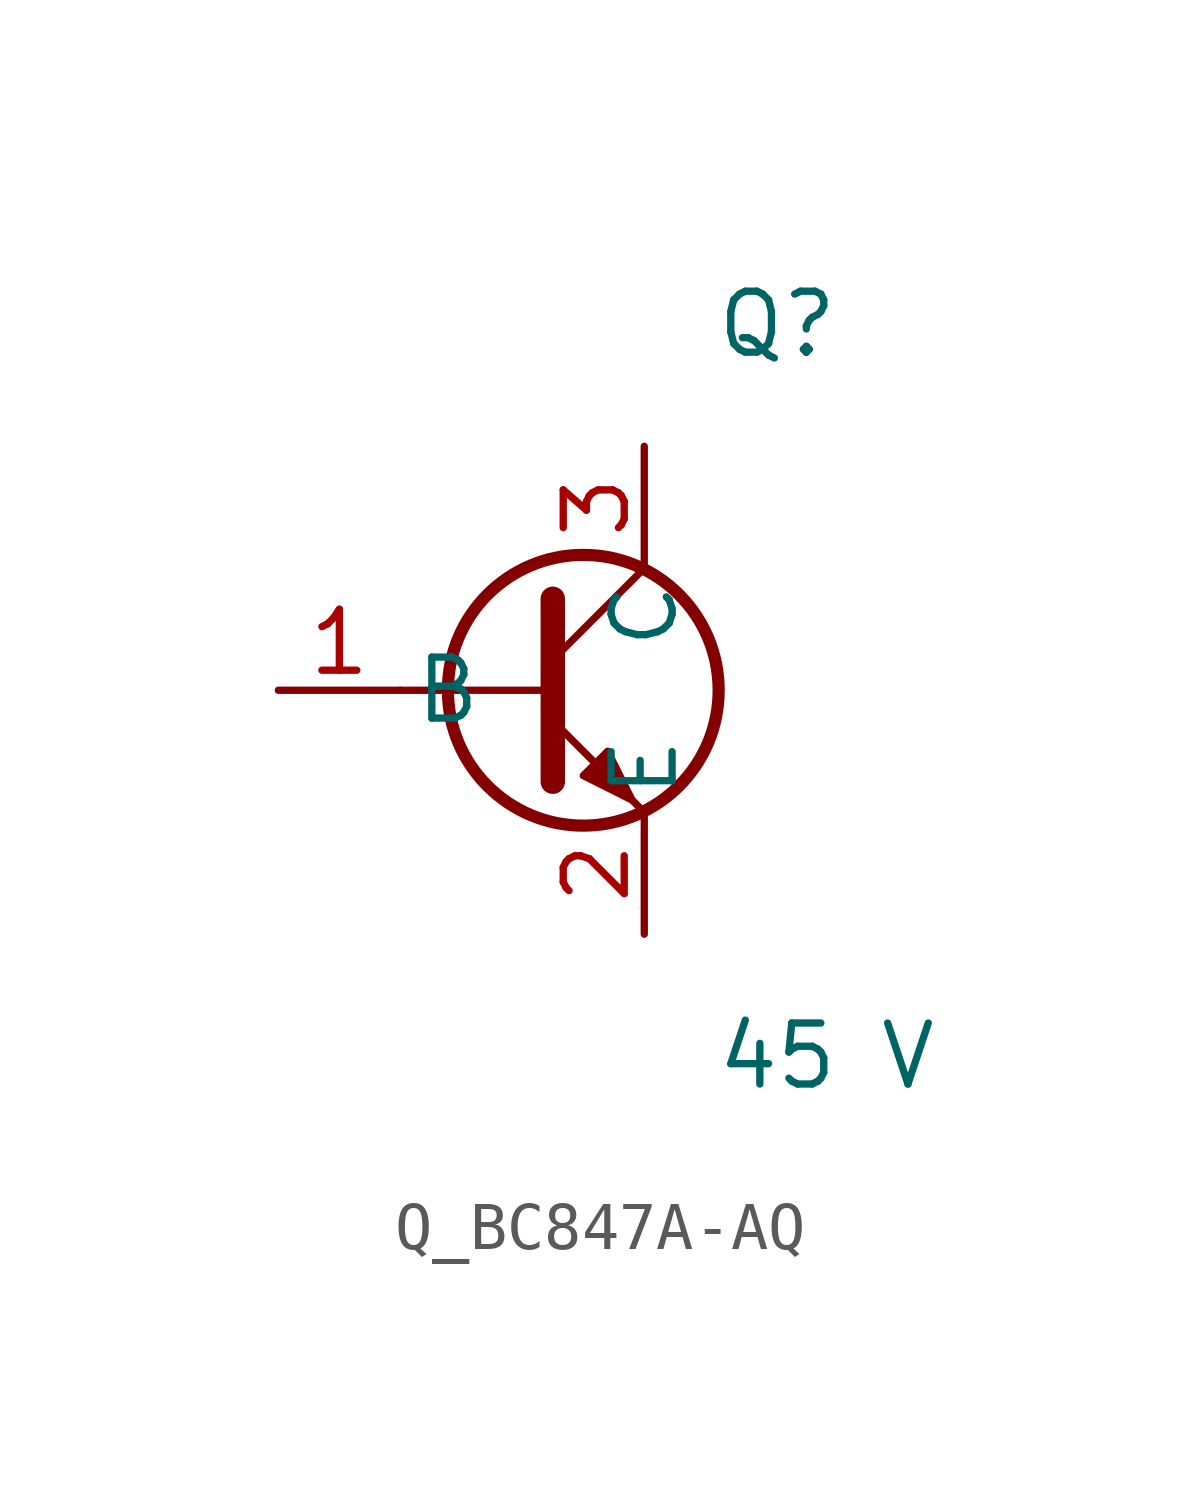
<source format=kicad_sym>
(kicad_symbol_lib
  (version 20231120)
  (generator kicad_symbol_editor)
  (generator_version 8.0)
  (symbol "Q_BC847A-AQ"
    (pin_names
      (offset 0.254))
    (property "Reference" "Q"
      (at 4 7.62 0)
      (effects (font (size 1.27 1.27)) (justify left)))
    (property "Value" "45 V"
      (at 4 -7.62 0)
      (effects (font (size 1.27 1.27)) (justify left)))
    (symbol "Q_BC847A-AQ_1_0"
      (polyline (pts (xy -2.54 0) (xy 0.635 0)) (stroke (width 0) (type default)) (fill (type none)))
      (polyline (pts (xy 0.635 1.905) (xy 0.635 -1.905)) (stroke (width 0.508) (type default)) (fill (type none)))
      (polyline (pts (xy 0.635 0.635) (xy 2.54 2.54)) (stroke (width 0) (type default)) (fill (type none)))
      (polyline (pts (xy 0.635 -0.635) (xy 2.54 -2.54)) (stroke (width 0) (type default)) (fill (type none)))
      (circle (center 1.27 0) (radius 2.819) (stroke (width 0.254) (type default)) (fill (type none)))
      (polyline (pts (xy 1.27 -1.778) (xy 1.778 -1.27) (xy 2.286 -2.286) (xy 1.27 -1.778)) (stroke (width 0) (type default)) (fill (type outline)))
      (pin unspecified line (at -5.08 0 0) (length 2.54) (name "B" (effects (font (size 1.27 1.27)))) (number "1" (effects (font (size 1.27 1.27)))))
      (pin unspecified line (at 2.54 5.08 270) (length 2.54) (name "C" (effects (font (size 1.27 1.27)))) (number "3" (effects (font (size 1.27 1.27)))))
      (pin unspecified line (at 2.54 -5.08 90) (length 2.54) (name "E" (effects (font (size 1.27 1.27)))) (number "2" (effects (font (size 1.27 1.27))))))))
</source>
